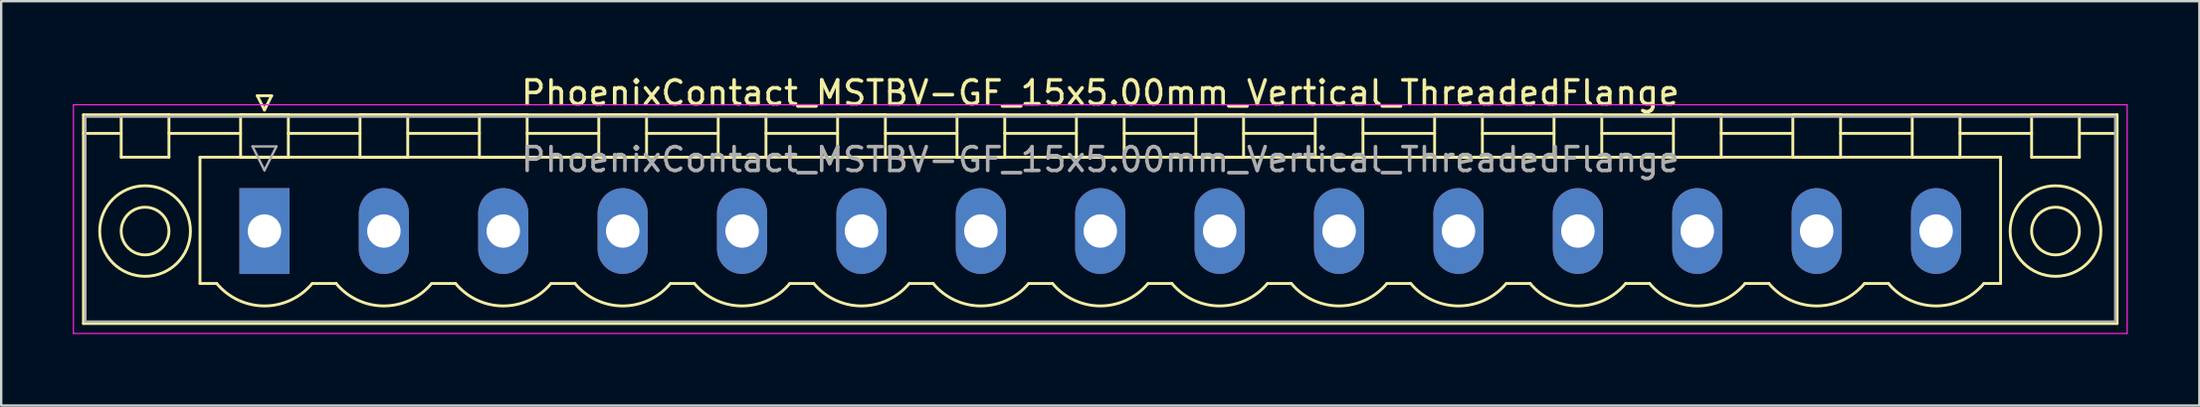
<source format=kicad_pcb>
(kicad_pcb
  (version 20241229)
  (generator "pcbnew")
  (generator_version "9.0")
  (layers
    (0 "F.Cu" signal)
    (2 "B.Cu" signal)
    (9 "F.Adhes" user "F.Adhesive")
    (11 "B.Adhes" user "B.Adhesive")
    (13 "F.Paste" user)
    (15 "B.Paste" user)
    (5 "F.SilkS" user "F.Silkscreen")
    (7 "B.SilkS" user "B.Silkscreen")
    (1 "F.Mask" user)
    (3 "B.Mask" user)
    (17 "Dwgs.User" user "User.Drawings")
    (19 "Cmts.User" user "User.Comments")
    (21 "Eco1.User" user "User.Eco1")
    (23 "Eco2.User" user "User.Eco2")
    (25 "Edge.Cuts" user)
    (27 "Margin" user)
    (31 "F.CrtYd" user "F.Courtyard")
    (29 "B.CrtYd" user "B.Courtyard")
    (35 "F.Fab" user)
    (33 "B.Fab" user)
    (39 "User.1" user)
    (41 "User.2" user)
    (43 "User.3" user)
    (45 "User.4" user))
  (footprint "PhoenixContact_MSTBV-GF_15x5.00mm_Vertical_ThreadedFlange"
    (layer "F.Cu")
    (at 8.025 6.648)
    (property "Reference" "PhoenixContact_MSTBV-GF_15x5.00mm_Vertical_ThreadedFlange" (at 35 -5.8 0) (layer "F.SilkS") (effects (font (size 1 1) (thickness 0.15))))
    (attr through_hole)
    (fp_line (start -7.58 -4.88) (end -7.58 3.88) (stroke (width 0.12) (type solid)) (layer "F.SilkS"))
    (fp_line (start -7.58 -4.1) (end -6.08 -4.1) (stroke (width 0.12) (type solid)) (layer "F.SilkS"))
    (fp_line (start -7.58 3.88) (end 77.58 3.88) (stroke (width 0.12) (type solid)) (layer "F.SilkS"))
    (fp_line (start -6 -4.88) (end -4 -4.88) (stroke (width 0.12) (type solid)) (layer "F.SilkS"))
    (fp_line (start -6 -3.1) (end -6 -4.88) (stroke (width 0.12) (type solid)) (layer "F.SilkS"))
    (fp_line (start -4 -4.88) (end -4 -3.1) (stroke (width 0.12) (type solid)) (layer "F.SilkS"))
    (fp_line (start -4 -4.1) (end -1 -4.1) (stroke (width 0.12) (type solid)) (layer "F.SilkS"))
    (fp_line (start -4 -3.1) (end -6 -3.1) (stroke (width 0.12) (type solid)) (layer "F.SilkS"))
    (fp_line (start -2.7 -3.1) (end 72.7 -3.1) (stroke (width 0.12) (type solid)) (layer "F.SilkS"))
    (fp_line (start -2.7 2.2) (end -2.7 -3.1) (stroke (width 0.12) (type solid)) (layer "F.SilkS"))
    (fp_line (start -2 2.2) (end -2.7 2.2) (stroke (width 0.12) (type solid)) (layer "F.SilkS"))
    (fp_line (start -1 -4.88) (end 1 -4.88) (stroke (width 0.12) (type solid)) (layer "F.SilkS"))
    (fp_line (start -1 -3.1) (end -1 -4.88) (stroke (width 0.12) (type solid)) (layer "F.SilkS"))
    (fp_line (start -0.3 -5.68) (end 0.3 -5.68) (stroke (width 0.12) (type solid)) (layer "F.SilkS"))
    (fp_line (start 0 -5.08) (end -0.3 -5.68) (stroke (width 0.12) (type solid)) (layer "F.SilkS"))
    (fp_line (start 0.3 -5.68) (end 0 -5.08) (stroke (width 0.12) (type solid)) (layer "F.SilkS"))
    (fp_line (start 1 -4.88) (end 1 -3.1) (stroke (width 0.12) (type solid)) (layer "F.SilkS"))
    (fp_line (start 1 -4.1) (end 4 -4.1) (stroke (width 0.12) (type solid)) (layer "F.SilkS"))
    (fp_line (start 1 -3.1) (end -1 -3.1) (stroke (width 0.12) (type solid)) (layer "F.SilkS"))
    (fp_line (start 2 2.2) (end 3 2.2) (stroke (width 0.12) (type solid)) (layer "F.SilkS"))
    (fp_line (start 4 -4.88) (end 6 -4.88) (stroke (width 0.12) (type solid)) (layer "F.SilkS"))
    (fp_line (start 4 -3.1) (end 4 -4.88) (stroke (width 0.12) (type solid)) (layer "F.SilkS"))
    (fp_line (start 6 -4.88) (end 6 -3.1) (stroke (width 0.12) (type solid)) (layer "F.SilkS"))
    (fp_line (start 6 -4.1) (end 9 -4.1) (stroke (width 0.12) (type solid)) (layer "F.SilkS"))
    (fp_line (start 6 -3.1) (end 4 -3.1) (stroke (width 0.12) (type solid)) (layer "F.SilkS"))
    (fp_line (start 7 2.2) (end 8 2.2) (stroke (width 0.12) (type solid)) (layer "F.SilkS"))
    (fp_line (start 9 -4.88) (end 11 -4.88) (stroke (width 0.12) (type solid)) (layer "F.SilkS"))
    (fp_line (start 9 -3.1) (end 9 -4.88) (stroke (width 0.12) (type solid)) (layer "F.SilkS"))
    (fp_line (start 11 -4.88) (end 11 -3.1) (stroke (width 0.12) (type solid)) (layer "F.SilkS"))
    (fp_line (start 11 -4.1) (end 14 -4.1) (stroke (width 0.12) (type solid)) (layer "F.SilkS"))
    (fp_line (start 11 -3.1) (end 9 -3.1) (stroke (width 0.12) (type solid)) (layer "F.SilkS"))
    (fp_line (start 12 2.2) (end 13 2.2) (stroke (width 0.12) (type solid)) (layer "F.SilkS"))
    (fp_line (start 14 -4.88) (end 16 -4.88) (stroke (width 0.12) (type solid)) (layer "F.SilkS"))
    (fp_line (start 14 -3.1) (end 14 -4.88) (stroke (width 0.12) (type solid)) (layer "F.SilkS"))
    (fp_line (start 16 -4.88) (end 16 -3.1) (stroke (width 0.12) (type solid)) (layer "F.SilkS"))
    (fp_line (start 16 -4.1) (end 19 -4.1) (stroke (width 0.12) (type solid)) (layer "F.SilkS"))
    (fp_line (start 16 -3.1) (end 14 -3.1) (stroke (width 0.12) (type solid)) (layer "F.SilkS"))
    (fp_line (start 17 2.2) (end 18 2.2) (stroke (width 0.12) (type solid)) (layer "F.SilkS"))
    (fp_line (start 19 -4.88) (end 21 -4.88) (stroke (width 0.12) (type solid)) (layer "F.SilkS"))
    (fp_line (start 19 -3.1) (end 19 -4.88) (stroke (width 0.12) (type solid)) (layer "F.SilkS"))
    (fp_line (start 21 -4.88) (end 21 -3.1) (stroke (width 0.12) (type solid)) (layer "F.SilkS"))
    (fp_line (start 21 -4.1) (end 24 -4.1) (stroke (width 0.12) (type solid)) (layer "F.SilkS"))
    (fp_line (start 21 -3.1) (end 19 -3.1) (stroke (width 0.12) (type solid)) (layer "F.SilkS"))
    (fp_line (start 22 2.2) (end 23 2.2) (stroke (width 0.12) (type solid)) (layer "F.SilkS"))
    (fp_line (start 24 -4.88) (end 26 -4.88) (stroke (width 0.12) (type solid)) (layer "F.SilkS"))
    (fp_line (start 24 -3.1) (end 24 -4.88) (stroke (width 0.12) (type solid)) (layer "F.SilkS"))
    (fp_line (start 26 -4.88) (end 26 -3.1) (stroke (width 0.12) (type solid)) (layer "F.SilkS"))
    (fp_line (start 26 -4.1) (end 29 -4.1) (stroke (width 0.12) (type solid)) (layer "F.SilkS"))
    (fp_line (start 26 -3.1) (end 24 -3.1) (stroke (width 0.12) (type solid)) (layer "F.SilkS"))
    (fp_line (start 27 2.2) (end 28 2.2) (stroke (width 0.12) (type solid)) (layer "F.SilkS"))
    (fp_line (start 29 -4.88) (end 31 -4.88) (stroke (width 0.12) (type solid)) (layer "F.SilkS"))
    (fp_line (start 29 -3.1) (end 29 -4.88) (stroke (width 0.12) (type solid)) (layer "F.SilkS"))
    (fp_line (start 31 -4.88) (end 31 -3.1) (stroke (width 0.12) (type solid)) (layer "F.SilkS"))
    (fp_line (start 31 -4.1) (end 34 -4.1) (stroke (width 0.12) (type solid)) (layer "F.SilkS"))
    (fp_line (start 31 -3.1) (end 29 -3.1) (stroke (width 0.12) (type solid)) (layer "F.SilkS"))
    (fp_line (start 32 2.2) (end 33 2.2) (stroke (width 0.12) (type solid)) (layer "F.SilkS"))
    (fp_line (start 34 -4.88) (end 36 -4.88) (stroke (width 0.12) (type solid)) (layer "F.SilkS"))
    (fp_line (start 34 -3.1) (end 34 -4.88) (stroke (width 0.12) (type solid)) (layer "F.SilkS"))
    (fp_line (start 36 -4.88) (end 36 -3.1) (stroke (width 0.12) (type solid)) (layer "F.SilkS"))
    (fp_line (start 36 -4.1) (end 39 -4.1) (stroke (width 0.12) (type solid)) (layer "F.SilkS"))
    (fp_line (start 36 -3.1) (end 34 -3.1) (stroke (width 0.12) (type solid)) (layer "F.SilkS"))
    (fp_line (start 37 2.2) (end 38 2.2) (stroke (width 0.12) (type solid)) (layer "F.SilkS"))
    (fp_line (start 39 -4.88) (end 41 -4.88) (stroke (width 0.12) (type solid)) (layer "F.SilkS"))
    (fp_line (start 39 -3.1) (end 39 -4.88) (stroke (width 0.12) (type solid)) (layer "F.SilkS"))
    (fp_line (start 41 -4.88) (end 41 -3.1) (stroke (width 0.12) (type solid)) (layer "F.SilkS"))
    (fp_line (start 41 -4.1) (end 44 -4.1) (stroke (width 0.12) (type solid)) (layer "F.SilkS"))
    (fp_line (start 41 -3.1) (end 39 -3.1) (stroke (width 0.12) (type solid)) (layer "F.SilkS"))
    (fp_line (start 42 2.2) (end 43 2.2) (stroke (width 0.12) (type solid)) (layer "F.SilkS"))
    (fp_line (start 44 -4.88) (end 46 -4.88) (stroke (width 0.12) (type solid)) (layer "F.SilkS"))
    (fp_line (start 44 -3.1) (end 44 -4.88) (stroke (width 0.12) (type solid)) (layer "F.SilkS"))
    (fp_line (start 46 -4.88) (end 46 -3.1) (stroke (width 0.12) (type solid)) (layer "F.SilkS"))
    (fp_line (start 46 -4.1) (end 49 -4.1) (stroke (width 0.12) (type solid)) (layer "F.SilkS"))
    (fp_line (start 46 -3.1) (end 44 -3.1) (stroke (width 0.12) (type solid)) (layer "F.SilkS"))
    (fp_line (start 47 2.2) (end 48 2.2) (stroke (width 0.12) (type solid)) (layer "F.SilkS"))
    (fp_line (start 49 -4.88) (end 51 -4.88) (stroke (width 0.12) (type solid)) (layer "F.SilkS"))
    (fp_line (start 49 -3.1) (end 49 -4.88) (stroke (width 0.12) (type solid)) (layer "F.SilkS"))
    (fp_line (start 51 -4.88) (end 51 -3.1) (stroke (width 0.12) (type solid)) (layer "F.SilkS"))
    (fp_line (start 51 -4.1) (end 54 -4.1) (stroke (width 0.12) (type solid)) (layer "F.SilkS"))
    (fp_line (start 51 -3.1) (end 49 -3.1) (stroke (width 0.12) (type solid)) (layer "F.SilkS"))
    (fp_line (start 52 2.2) (end 53 2.2) (stroke (width 0.12) (type solid)) (layer "F.SilkS"))
    (fp_line (start 54 -4.88) (end 56 -4.88) (stroke (width 0.12) (type solid)) (layer "F.SilkS"))
    (fp_line (start 54 -3.1) (end 54 -4.88) (stroke (width 0.12) (type solid)) (layer "F.SilkS"))
    (fp_line (start 56 -4.88) (end 56 -3.1) (stroke (width 0.12) (type solid)) (layer "F.SilkS"))
    (fp_line (start 56 -4.1) (end 59 -4.1) (stroke (width 0.12) (type solid)) (layer "F.SilkS"))
    (fp_line (start 56 -3.1) (end 54 -3.1) (stroke (width 0.12) (type solid)) (layer "F.SilkS"))
    (fp_line (start 57 2.2) (end 58 2.2) (stroke (width 0.12) (type solid)) (layer "F.SilkS"))
    (fp_line (start 59 -4.88) (end 61 -4.88) (stroke (width 0.12) (type solid)) (layer "F.SilkS"))
    (fp_line (start 59 -3.1) (end 59 -4.88) (stroke (width 0.12) (type solid)) (layer "F.SilkS"))
    (fp_line (start 61 -4.88) (end 61 -3.1) (stroke (width 0.12) (type solid)) (layer "F.SilkS"))
    (fp_line (start 61 -4.1) (end 64 -4.1) (stroke (width 0.12) (type solid)) (layer "F.SilkS"))
    (fp_line (start 61 -3.1) (end 59 -3.1) (stroke (width 0.12) (type solid)) (layer "F.SilkS"))
    (fp_line (start 62 2.2) (end 63 2.2) (stroke (width 0.12) (type solid)) (layer "F.SilkS"))
    (fp_line (start 64 -4.88) (end 66 -4.88) (stroke (width 0.12) (type solid)) (layer "F.SilkS"))
    (fp_line (start 64 -3.1) (end 64 -4.88) (stroke (width 0.12) (type solid)) (layer "F.SilkS"))
    (fp_line (start 66 -4.88) (end 66 -3.1) (stroke (width 0.12) (type solid)) (layer "F.SilkS"))
    (fp_line (start 66 -4.1) (end 69 -4.1) (stroke (width 0.12) (type solid)) (layer "F.SilkS"))
    (fp_line (start 66 -3.1) (end 64 -3.1) (stroke (width 0.12) (type solid)) (layer "F.SilkS"))
    (fp_line (start 67 2.2) (end 68 2.2) (stroke (width 0.12) (type solid)) (layer "F.SilkS"))
    (fp_line (start 69 -4.88) (end 71 -4.88) (stroke (width 0.12) (type solid)) (layer "F.SilkS"))
    (fp_line (start 69 -3.1) (end 69 -4.88) (stroke (width 0.12) (type solid)) (layer "F.SilkS"))
    (fp_line (start 71 -4.88) (end 71 -3.1) (stroke (width 0.12) (type solid)) (layer "F.SilkS"))
    (fp_line (start 71 -4.1) (end 74 -4.1) (stroke (width 0.12) (type solid)) (layer "F.SilkS"))
    (fp_line (start 71 -3.1) (end 69 -3.1) (stroke (width 0.12) (type solid)) (layer "F.SilkS"))
    (fp_line (start 72.7 -3.1) (end 72.7 2.2) (stroke (width 0.12) (type solid)) (layer "F.SilkS"))
    (fp_line (start 72.7 2.2) (end 72 2.2) (stroke (width 0.12) (type solid)) (layer "F.SilkS"))
    (fp_line (start 74 -4.88) (end 76 -4.88) (stroke (width 0.12) (type solid)) (layer "F.SilkS"))
    (fp_line (start 74 -3.1) (end 74 -4.88) (stroke (width 0.12) (type solid)) (layer "F.SilkS"))
    (fp_line (start 76 -4.88) (end 76 -3.1) (stroke (width 0.12) (type solid)) (layer "F.SilkS"))
    (fp_line (start 76 -3.1) (end 74 -3.1) (stroke (width 0.12) (type solid)) (layer "F.SilkS"))
    (fp_line (start 77.58 -4.88) (end -7.58 -4.88) (stroke (width 0.12) (type solid)) (layer "F.SilkS"))
    (fp_line (start 77.58 -4.1) (end 76.08 -4.1) (stroke (width 0.12) (type solid)) (layer "F.SilkS"))
    (fp_line (start 77.58 3.88) (end 77.58 -4.88) (stroke (width 0.12) (type solid)) (layer "F.SilkS"))
    (fp_arc (start 1.986842 2.215821) (mid -0.010289 3.142758) (end -2 2.2) (stroke (width 0.12) (type solid)) (layer "F.SilkS"))
    (fp_arc (start 6.986842 2.215821) (mid 4.989711 3.142758) (end 3 2.2) (stroke (width 0.12) (type solid)) (layer "F.SilkS"))
    (fp_arc (start 11.986842 2.215821) (mid 9.989711 3.142758) (end 8 2.2) (stroke (width 0.12) (type solid)) (layer "F.SilkS"))
    (fp_arc (start 16.986842 2.215821) (mid 14.989711 3.142758) (end 13 2.2) (stroke (width 0.12) (type solid)) (layer "F.SilkS"))
    (fp_arc (start 21.986842 2.215821) (mid 19.989711 3.142758) (end 18 2.2) (stroke (width 0.12) (type solid)) (layer "F.SilkS"))
    (fp_arc (start 26.986842 2.215821) (mid 24.989711 3.142758) (end 23 2.2) (stroke (width 0.12) (type solid)) (layer "F.SilkS"))
    (fp_arc (start 31.986842 2.215821) (mid 29.989711 3.142758) (end 28 2.2) (stroke (width 0.12) (type solid)) (layer "F.SilkS"))
    (fp_arc (start 36.986842 2.215821) (mid 34.989711 3.142758) (end 33 2.2) (stroke (width 0.12) (type solid)) (layer "F.SilkS"))
    (fp_arc (start 41.986842 2.215821) (mid 39.989711 3.142758) (end 38 2.2) (stroke (width 0.12) (type solid)) (layer "F.SilkS"))
    (fp_arc (start 46.986842 2.215821) (mid 44.989711 3.142758) (end 43 2.2) (stroke (width 0.12) (type solid)) (layer "F.SilkS"))
    (fp_arc (start 51.986842 2.215821) (mid 49.989711 3.142758) (end 48 2.2) (stroke (width 0.12) (type solid)) (layer "F.SilkS"))
    (fp_arc (start 56.986842 2.215821) (mid 54.989711 3.142758) (end 53 2.2) (stroke (width 0.12) (type solid)) (layer "F.SilkS"))
    (fp_arc (start 61.986842 2.215821) (mid 59.989711 3.142758) (end 58 2.2) (stroke (width 0.12) (type solid)) (layer "F.SilkS"))
    (fp_arc (start 66.986842 2.215821) (mid 64.989711 3.142758) (end 63 2.2) (stroke (width 0.12) (type solid)) (layer "F.SilkS"))
    (fp_arc (start 71.986842 2.215821) (mid 69.989711 3.142758) (end 68 2.2) (stroke (width 0.12) (type solid)) (layer "F.SilkS"))
    (fp_circle (center -5 0) (end -4 0) (stroke (width 0.12) (type solid)) (fill no) (layer "F.SilkS"))
    (fp_circle (center -5 0) (end -3.1 0) (stroke (width 0.12) (type solid)) (fill no) (layer "F.SilkS"))
    (fp_circle (center 75 0) (end 76 0) (stroke (width 0.12) (type solid)) (fill no) (layer "F.SilkS"))
    (fp_circle (center 75 0) (end 76.9 0) (stroke (width 0.12) (type solid)) (fill no) (layer "F.SilkS"))
    (fp_line (start -8 -5.3) (end -8 4.3) (stroke (width 0.05) (type solid)) (layer "F.CrtYd"))
    (fp_line (start -8 4.3) (end 78 4.3) (stroke (width 0.05) (type solid)) (layer "F.CrtYd"))
    (fp_line (start 78 -5.3) (end -8 -5.3) (stroke (width 0.05) (type solid)) (layer "F.CrtYd"))
    (fp_line (start 78 4.3) (end 78 -5.3) (stroke (width 0.05) (type solid)) (layer "F.CrtYd"))
    (fp_line (start -7.5 -4.8) (end -7.5 3.8) (stroke (width 0.1) (type solid)) (layer "F.Fab"))
    (fp_line (start -7.5 3.8) (end 77.5 3.8) (stroke (width 0.1) (type solid)) (layer "F.Fab"))
    (fp_line (start -0.5 -3.55) (end 0.5 -3.55) (stroke (width 0.1) (type solid)) (layer "F.Fab"))
    (fp_line (start 0 -2.55) (end -0.5 -3.55) (stroke (width 0.1) (type solid)) (layer "F.Fab"))
    (fp_line (start 0.5 -3.55) (end 0 -2.55) (stroke (width 0.1) (type solid)) (layer "F.Fab"))
    (fp_line (start 77.5 -4.8) (end -7.5 -4.8) (stroke (width 0.1) (type solid)) (layer "F.Fab"))
    (fp_line (start 77.5 3.8) (end 77.5 -4.8) (stroke (width 0.1) (type solid)) (layer "F.Fab"))
    (fp_text user "${REFERENCE}" (at 35 -3 0) (layer "F.Fab") (effects (font (size 1 1) (thickness 0.15))))
    (pad "1" thru_hole rect (at 0 0) (size 2.1 3.6) (drill 1.4) (layers "*.Cu" "*.Mask"))
    (pad "2" thru_hole oval (at 5 0) (size 2.1 3.6) (drill 1.4) (layers "*.Cu" "*.Mask"))
    (pad "3" thru_hole oval (at 10 0) (size 2.1 3.6) (drill 1.4) (layers "*.Cu" "*.Mask"))
    (pad "4" thru_hole oval (at 15 0) (size 2.1 3.6) (drill 1.4) (layers "*.Cu" "*.Mask"))
    (pad "5" thru_hole oval (at 20 0) (size 2.1 3.6) (drill 1.4) (layers "*.Cu" "*.Mask"))
    (pad "6" thru_hole oval (at 25 0) (size 2.1 3.6) (drill 1.4) (layers "*.Cu" "*.Mask"))
    (pad "7" thru_hole oval (at 30 0) (size 2.1 3.6) (drill 1.4) (layers "*.Cu" "*.Mask"))
    (pad "8" thru_hole oval (at 35 0) (size 2.1 3.6) (drill 1.4) (layers "*.Cu" "*.Mask"))
    (pad "9" thru_hole oval (at 40 0) (size 2.1 3.6) (drill 1.4) (layers "*.Cu" "*.Mask"))
    (pad "10" thru_hole oval (at 45 0) (size 2.1 3.6) (drill 1.4) (layers "*.Cu" "*.Mask"))
    (pad "11" thru_hole oval (at 50 0) (size 2.1 3.6) (drill 1.4) (layers "*.Cu" "*.Mask"))
    (pad "12" thru_hole oval (at 55 0) (size 2.1 3.6) (drill 1.4) (layers "*.Cu" "*.Mask"))
    (pad "13" thru_hole oval (at 60 0) (size 2.1 3.6) (drill 1.4) (layers "*.Cu" "*.Mask"))
    (pad "14" thru_hole oval (at 65 0) (size 2.1 3.6) (drill 1.4) (layers "*.Cu" "*.Mask"))
    (pad "15" thru_hole oval (at 70 0) (size 2.1 3.6) (drill 1.4) (layers "*.Cu" "*.Mask")))
  (gr_rect
    (start -3 -3)
    (end 89.05 13.973)
    (stroke (width 0.1) (type default))
    (fill no)
    (layer "Edge.Cuts")))
</source>
